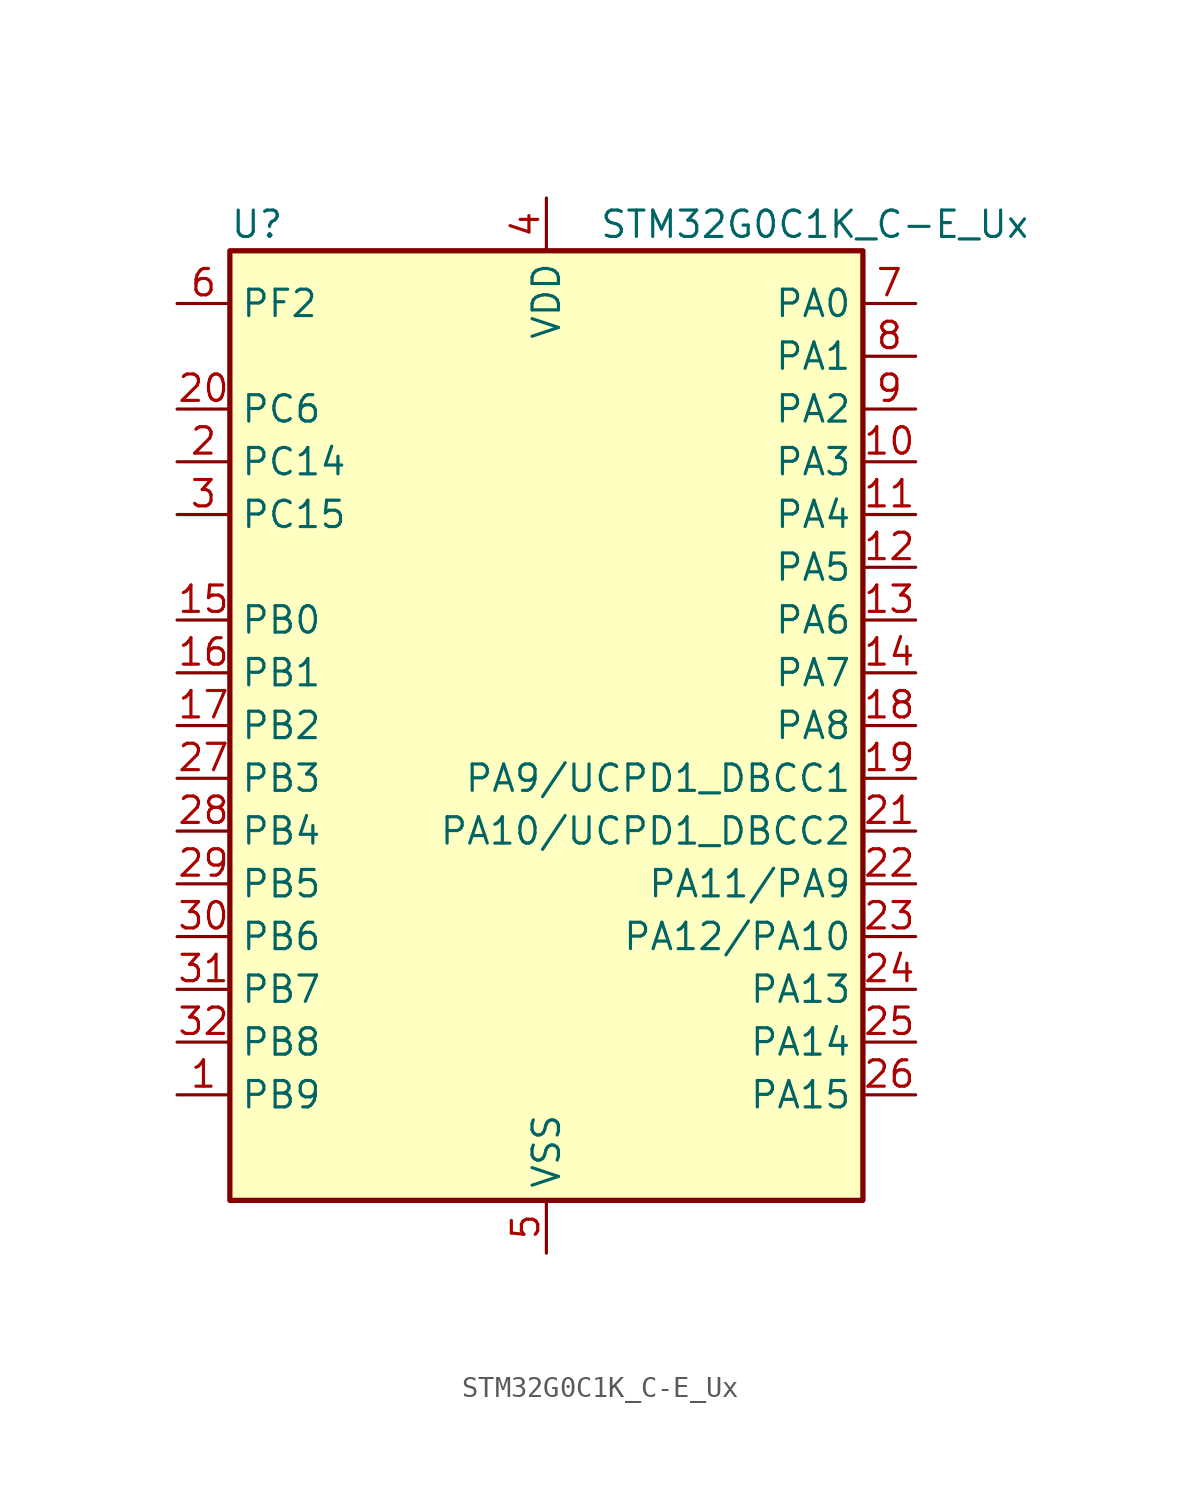
<source format=kicad_sym>
(kicad_symbol_lib
  (version 20220914)
  (generator kicad_symbol_editor)
  (symbol "STM32G0C1K_C-E_Ux"
    (property "Reference" "U"
      (at -15.24 24.13 0)
      (effects (font (size 1.27 1.27)) (justify left)))
    (property "Value" "STM32G0C1K_C-E_Ux"
      (at 2.54 24.13 0)
      (effects (font (size 1.27 1.27)) (justify left)))
    (property "ki_locked" ""
      (at 0 0 0)
      (effects (font (size 1.27 1.27))))
    (symbol "STM32G0C1K_C-E_Ux_0_1"
      (rectangle (start -15.24 -22.86) (end 15.24 22.86) (stroke (width 0.254) (type default)) (fill (type background))))
    (symbol "STM32G0C1K_C-E_Ux_1_1"
      (pin bidirectional line (at -17.78 -17.78 0) (length 2.54) (name "PB9" (effects (font (size 1.27 1.27)))) (number "1" (effects (font (size 1.27 1.27)))) (alternate "DAC1_EXTI9" bidirectional line) (alternate "FDCAN1_TX" bidirectional line) (alternate "I2C1_SDA" bidirectional line) (alternate "I2S2_WS" bidirectional line) (alternate "IR_OUT" bidirectional line) (alternate "SPI2_NSS" bidirectional line) (alternate "TIM17_CH1" bidirectional line) (alternate "TIM4_CH4" bidirectional line) (alternate "USART3_RX" bidirectional line) (alternate "USART6_RX" bidirectional line))
      (pin bidirectional line (at 17.78 12.7 180) (length 2.54) (name "PA3" (effects (font (size 1.27 1.27)))) (number "10" (effects (font (size 1.27 1.27)))) (alternate "ADC1_IN3" bidirectional line) (alternate "COMP2_INP" bidirectional line) (alternate "I2S2_MCK" bidirectional line) (alternate "LPUART1_RX" bidirectional line) (alternate "SPI2_MISO" bidirectional line) (alternate "TIM15_CH2" bidirectional line) (alternate "TIM2_CH4" bidirectional line) (alternate "USART2_RX" bidirectional line))
      (pin bidirectional line (at 17.78 10.16 180) (length 2.54) (name "PA4" (effects (font (size 1.27 1.27)))) (number "11" (effects (font (size 1.27 1.27)))) (alternate "ADC1_IN4" bidirectional line) (alternate "DAC1_OUT1" bidirectional line) (alternate "I2S1_WS" bidirectional line) (alternate "I2S2_SD" bidirectional line) (alternate "LPTIM2_OUT" bidirectional line) (alternate "RTC_OUT1" bidirectional line) (alternate "RTC_TAMP_IN1" bidirectional line) (alternate "RTC_TS" bidirectional line) (alternate "SPI1_NSS" bidirectional line) (alternate "SPI2_MOSI" bidirectional line) (alternate "SPI3_NSS" bidirectional line) (alternate "SYS_WKUP2" bidirectional line) (alternate "TIM14_CH1" bidirectional line) (alternate "USART6_TX" bidirectional line) (alternate "USB_NOE" bidirectional line))
      (pin bidirectional line (at 17.78 7.62 180) (length 2.54) (name "PA5" (effects (font (size 1.27 1.27)))) (number "12" (effects (font (size 1.27 1.27)))) (alternate "ADC1_IN5" bidirectional line) (alternate "CEC" bidirectional line) (alternate "DAC1_OUT2" bidirectional line) (alternate "I2S1_CK" bidirectional line) (alternate "LPTIM2_ETR" bidirectional line) (alternate "SPI1_SCK" bidirectional line) (alternate "TIM2_CH1" bidirectional line) (alternate "TIM2_ETR" bidirectional line) (alternate "UCPD1_FRSTX1" bidirectional line) (alternate "UCPD1_FRSTX2" bidirectional line) (alternate "USART3_TX" bidirectional line) (alternate "USART6_RX" bidirectional line))
      (pin bidirectional line (at 17.78 5.08 180) (length 2.54) (name "PA6" (effects (font (size 1.27 1.27)))) (number "13" (effects (font (size 1.27 1.27)))) (alternate "ADC1_IN6" bidirectional line) (alternate "COMP1_OUT" bidirectional line) (alternate "I2C2_SDA" bidirectional line) (alternate "I2C3_SDA" bidirectional line) (alternate "I2S1_MCK" bidirectional line) (alternate "LPUART1_CTS" bidirectional line) (alternate "SPI1_MISO" bidirectional line) (alternate "TIM16_CH1" bidirectional line) (alternate "TIM1_BK" bidirectional line) (alternate "TIM3_CH1" bidirectional line) (alternate "USART3_CTS" bidirectional line) (alternate "USART3_NSS" bidirectional line) (alternate "USART6_CTS" bidirectional line) (alternate "USART6_NSS" bidirectional line))
      (pin bidirectional line (at 17.78 2.54 180) (length 2.54) (name "PA7" (effects (font (size 1.27 1.27)))) (number "14" (effects (font (size 1.27 1.27)))) (alternate "ADC1_IN7" bidirectional line) (alternate "COMP2_OUT" bidirectional line) (alternate "I2C2_SCL" bidirectional line) (alternate "I2C3_SCL" bidirectional line) (alternate "I2S1_SD" bidirectional line) (alternate "SPI1_MOSI" bidirectional line) (alternate "TIM14_CH1" bidirectional line) (alternate "TIM17_CH1" bidirectional line) (alternate "TIM1_CH1N" bidirectional line) (alternate "TIM3_CH2" bidirectional line) (alternate "UCPD1_FRSTX1" bidirectional line) (alternate "UCPD1_FRSTX2" bidirectional line) (alternate "USART6_CK" bidirectional line) (alternate "USART6_DE" bidirectional line) (alternate "USART6_RTS" bidirectional line))
      (pin bidirectional line (at -17.78 5.08 0) (length 2.54) (name "PB0" (effects (font (size 1.27 1.27)))) (number "15" (effects (font (size 1.27 1.27)))) (alternate "ADC1_IN8" bidirectional line) (alternate "COMP1_OUT" bidirectional line) (alternate "COMP3_INP" bidirectional line) (alternate "FDCAN2_RX" bidirectional line) (alternate "I2S1_WS" bidirectional line) (alternate "LPTIM1_OUT" bidirectional line) (alternate "LPUART2_CTS" bidirectional line) (alternate "SPI1_NSS" bidirectional line) (alternate "TIM1_CH2N" bidirectional line) (alternate "TIM3_CH3" bidirectional line) (alternate "UCPD1_FRSTX1" bidirectional line) (alternate "UCPD1_FRSTX2" bidirectional line) (alternate "USART3_RX" bidirectional line) (alternate "USART5_TX" bidirectional line))
      (pin bidirectional line (at -17.78 2.54 0) (length 2.54) (name "PB1" (effects (font (size 1.27 1.27)))) (number "16" (effects (font (size 1.27 1.27)))) (alternate "ADC1_IN9" bidirectional line) (alternate "COMP1_INM" bidirectional line) (alternate "COMP3_OUT" bidirectional line) (alternate "FDCAN2_TX" bidirectional line) (alternate "LPTIM2_IN1" bidirectional line) (alternate "LPUART1_DE" bidirectional line) (alternate "LPUART1_RTS" bidirectional line) (alternate "LPUART2_DE" bidirectional line) (alternate "LPUART2_RTS" bidirectional line) (alternate "TIM14_CH1" bidirectional line) (alternate "TIM1_CH3N" bidirectional line) (alternate "TIM3_CH4" bidirectional line) (alternate "USART3_CK" bidirectional line) (alternate "USART3_DE" bidirectional line) (alternate "USART3_RTS" bidirectional line) (alternate "USART5_RX" bidirectional line))
      (pin bidirectional line (at -17.78 0 0) (length 2.54) (name "PB2" (effects (font (size 1.27 1.27)))) (number "17" (effects (font (size 1.27 1.27)))) (alternate "ADC1_IN10" bidirectional line) (alternate "COMP1_INP" bidirectional line) (alternate "COMP3_INM" bidirectional line) (alternate "I2S2_MCK" bidirectional line) (alternate "LPTIM1_OUT" bidirectional line) (alternate "RCC_MCO_2" bidirectional line) (alternate "SPI2_MISO" bidirectional line) (alternate "USART3_TX" bidirectional line))
      (pin bidirectional line (at 17.78 0 180) (length 2.54) (name "PA8" (effects (font (size 1.27 1.27)))) (number "18" (effects (font (size 1.27 1.27)))) (alternate "CRS1_SYNC" bidirectional line) (alternate "I2C2_SMBA" bidirectional line) (alternate "I2S2_WS" bidirectional line) (alternate "LPTIM2_OUT" bidirectional line) (alternate "RCC_MCO" bidirectional line) (alternate "SPI2_NSS" bidirectional line) (alternate "TIM1_CH1" bidirectional line) (alternate "UCPD1_CC1" bidirectional line))
      (pin bidirectional line (at 17.78 -2.54 180) (length 2.54) (name "PA9/UCPD1_DBCC1" (effects (font (size 1.27 1.27)))) (number "19" (effects (font (size 1.27 1.27)))) (alternate "DAC1_EXTI9" bidirectional line) (alternate "I2C1_SCL" bidirectional line) (alternate "I2C2_SCL" bidirectional line) (alternate "I2S2_MCK" bidirectional line) (alternate "RCC_MCO" bidirectional line) (alternate "SPI2_MISO" bidirectional line) (alternate "TIM15_BK" bidirectional line) (alternate "TIM1_CH2" bidirectional line) (alternate "UCPD1_DBCC1" bidirectional line) (alternate "USART1_TX" bidirectional line))
      (pin bidirectional line (at -17.78 12.7 0) (length 2.54) (name "PC14" (effects (font (size 1.27 1.27)))) (number "2" (effects (font (size 1.27 1.27)))) (alternate "RCC_OSC32_IN" bidirectional line) (alternate "RCC_OSC_IN" bidirectional line) (alternate "TIM1_BK2" bidirectional line))
      (pin bidirectional line (at -17.78 15.24 0) (length 2.54) (name "PC6" (effects (font (size 1.27 1.27)))) (number "20" (effects (font (size 1.27 1.27)))) (alternate "LPUART2_TX" bidirectional line) (alternate "TIM2_CH3" bidirectional line) (alternate "TIM3_CH1" bidirectional line) (alternate "UCPD1_FRSTX1" bidirectional line) (alternate "UCPD1_FRSTX2" bidirectional line))
      (pin bidirectional line (at 17.78 -5.08 180) (length 2.54) (name "PA10/UCPD1_DBCC2" (effects (font (size 1.27 1.27)))) (number "21" (effects (font (size 1.27 1.27)))) (alternate "I2C1_SDA" bidirectional line) (alternate "I2C2_SDA" bidirectional line) (alternate "I2S2_SD" bidirectional line) (alternate "RCC_MCO_2" bidirectional line) (alternate "SPI2_MOSI" bidirectional line) (alternate "TIM17_BK" bidirectional line) (alternate "TIM1_CH3" bidirectional line) (alternate "UCPD1_DBCC2" bidirectional line) (alternate "USART1_RX" bidirectional line))
      (pin bidirectional line (at 17.78 -7.62 180) (length 2.54) (name "PA11/PA9" (effects (font (size 1.27 1.27)))) (number "22" (effects (font (size 1.27 1.27)))) (alternate "ADC1_EXTI11" bidirectional line) (alternate "COMP1_OUT" bidirectional line) (alternate "FDCAN1_RX" bidirectional line) (alternate "I2C2_SCL" bidirectional line) (alternate "I2S1_MCK" bidirectional line) (alternate "SPI1_MISO" bidirectional line) (alternate "TIM1_BK2" bidirectional line) (alternate "TIM1_CH4" bidirectional line) (alternate "USART1_CTS" bidirectional line) (alternate "USART1_NSS" bidirectional line) (alternate "USB_DM" bidirectional line))
      (pin bidirectional line (at 17.78 -10.16 180) (length 2.54) (name "PA12/PA10" (effects (font (size 1.27 1.27)))) (number "23" (effects (font (size 1.27 1.27)))) (alternate "COMP2_OUT" bidirectional line) (alternate "FDCAN1_TX" bidirectional line) (alternate "I2C2_SDA" bidirectional line) (alternate "I2S1_SD" bidirectional line) (alternate "I2S_CKIN" bidirectional line) (alternate "SPI1_MOSI" bidirectional line) (alternate "TIM1_ETR" bidirectional line) (alternate "USART1_CK" bidirectional line) (alternate "USART1_DE" bidirectional line) (alternate "USART1_RTS" bidirectional line) (alternate "USB_DP" bidirectional line))
      (pin bidirectional line (at 17.78 -12.7 180) (length 2.54) (name "PA13" (effects (font (size 1.27 1.27)))) (number "24" (effects (font (size 1.27 1.27)))) (alternate "IR_OUT" bidirectional line) (alternate "LPUART2_RX" bidirectional line) (alternate "SYS_SWDIO" bidirectional line) (alternate "USB_NOE" bidirectional line))
      (pin bidirectional line (at 17.78 -15.24 180) (length 2.54) (name "PA14" (effects (font (size 1.27 1.27)))) (number "25" (effects (font (size 1.27 1.27)))) (alternate "LPUART2_TX" bidirectional line) (alternate "SYS_SWCLK" bidirectional line) (alternate "USART2_TX" bidirectional line))
      (pin bidirectional line (at 17.78 -17.78 180) (length 2.54) (name "PA15" (effects (font (size 1.27 1.27)))) (number "26" (effects (font (size 1.27 1.27)))) (alternate "I2C2_SMBA" bidirectional line) (alternate "I2S1_WS" bidirectional line) (alternate "RCC_MCO_2" bidirectional line) (alternate "SPI1_NSS" bidirectional line) (alternate "SPI3_NSS" bidirectional line) (alternate "TIM2_CH1" bidirectional line) (alternate "TIM2_ETR" bidirectional line) (alternate "USART2_RX" bidirectional line) (alternate "USART3_CK" bidirectional line) (alternate "USART3_DE" bidirectional line) (alternate "USART3_RTS" bidirectional line) (alternate "USART4_CK" bidirectional line) (alternate "USART4_DE" bidirectional line) (alternate "USART4_RTS" bidirectional line) (alternate "USB_NOE" bidirectional line))
      (pin bidirectional line (at -17.78 -2.54 0) (length 2.54) (name "PB3" (effects (font (size 1.27 1.27)))) (number "27" (effects (font (size 1.27 1.27)))) (alternate "COMP2_INM" bidirectional line) (alternate "I2C2_SCL" bidirectional line) (alternate "I2C3_SCL" bidirectional line) (alternate "I2S1_CK" bidirectional line) (alternate "SPI1_SCK" bidirectional line) (alternate "SPI3_SCK" bidirectional line) (alternate "TIM1_CH2" bidirectional line) (alternate "TIM2_CH2" bidirectional line) (alternate "USART1_CK" bidirectional line) (alternate "USART1_DE" bidirectional line) (alternate "USART1_RTS" bidirectional line) (alternate "USART5_TX" bidirectional line))
      (pin bidirectional line (at -17.78 -5.08 0) (length 2.54) (name "PB4" (effects (font (size 1.27 1.27)))) (number "28" (effects (font (size 1.27 1.27)))) (alternate "COMP2_INP" bidirectional line) (alternate "I2C2_SDA" bidirectional line) (alternate "I2C3_SDA" bidirectional line) (alternate "I2S1_MCK" bidirectional line) (alternate "SPI1_MISO" bidirectional line) (alternate "SPI3_MISO" bidirectional line) (alternate "TIM17_BK" bidirectional line) (alternate "TIM3_CH1" bidirectional line) (alternate "USART1_CTS" bidirectional line) (alternate "USART1_NSS" bidirectional line) (alternate "USART5_RX" bidirectional line))
      (pin bidirectional line (at -17.78 -7.62 0) (length 2.54) (name "PB5" (effects (font (size 1.27 1.27)))) (number "29" (effects (font (size 1.27 1.27)))) (alternate "COMP2_OUT" bidirectional line) (alternate "FDCAN2_RX" bidirectional line) (alternate "I2C1_SMBA" bidirectional line) (alternate "I2S1_SD" bidirectional line) (alternate "LPTIM1_IN1" bidirectional line) (alternate "SPI1_MOSI" bidirectional line) (alternate "SPI3_MOSI" bidirectional line) (alternate "SYS_WKUP6" bidirectional line) (alternate "TIM16_BK" bidirectional line) (alternate "TIM3_CH2" bidirectional line) (alternate "USART5_CK" bidirectional line) (alternate "USART5_DE" bidirectional line) (alternate "USART5_RTS" bidirectional line))
      (pin bidirectional line (at -17.78 10.16 0) (length 2.54) (name "PC15" (effects (font (size 1.27 1.27)))) (number "3" (effects (font (size 1.27 1.27)))) (alternate "RCC_OSC32_EN" bidirectional line) (alternate "RCC_OSC32_OUT" bidirectional line) (alternate "RCC_OSC_EN" bidirectional line) (alternate "TIM15_BK" bidirectional line))
      (pin bidirectional line (at -17.78 -10.16 0) (length 2.54) (name "PB6" (effects (font (size 1.27 1.27)))) (number "30" (effects (font (size 1.27 1.27)))) (alternate "COMP2_INP" bidirectional line) (alternate "FDCAN2_TX" bidirectional line) (alternate "I2C1_SCL" bidirectional line) (alternate "I2S2_MCK" bidirectional line) (alternate "LPTIM1_ETR" bidirectional line) (alternate "LPUART2_TX" bidirectional line) (alternate "SPI2_MISO" bidirectional line) (alternate "TIM16_CH1N" bidirectional line) (alternate "TIM1_CH3" bidirectional line) (alternate "TIM4_CH1" bidirectional line) (alternate "USART1_TX" bidirectional line) (alternate "USART5_CTS" bidirectional line) (alternate "USART5_NSS" bidirectional line))
      (pin bidirectional line (at -17.78 -12.7 0) (length 2.54) (name "PB7" (effects (font (size 1.27 1.27)))) (number "31" (effects (font (size 1.27 1.27)))) (alternate "COMP2_INM" bidirectional line) (alternate "I2C1_SDA" bidirectional line) (alternate "I2S2_SD" bidirectional line) (alternate "LPTIM1_IN2" bidirectional line) (alternate "LPUART2_RX" bidirectional line) (alternate "SPI2_MOSI" bidirectional line) (alternate "SYS_PVD_IN" bidirectional line) (alternate "TIM17_CH1N" bidirectional line) (alternate "TIM4_CH2" bidirectional line) (alternate "USART1_RX" bidirectional line) (alternate "USART4_CTS" bidirectional line) (alternate "USART4_NSS" bidirectional line))
      (pin bidirectional line (at -17.78 -15.24 0) (length 2.54) (name "PB8" (effects (font (size 1.27 1.27)))) (number "32" (effects (font (size 1.27 1.27)))) (alternate "CEC" bidirectional line) (alternate "FDCAN1_RX" bidirectional line) (alternate "I2C1_SCL" bidirectional line) (alternate "I2S2_CK" bidirectional line) (alternate "SPI2_SCK" bidirectional line) (alternate "TIM15_BK" bidirectional line) (alternate "TIM16_CH1" bidirectional line) (alternate "TIM4_CH3" bidirectional line) (alternate "USART3_TX" bidirectional line) (alternate "USART6_TX" bidirectional line))
      (pin passive line (at 0 -25.4 90) (length 2.54) hide (name "VSS" (effects (font (size 1.27 1.27)))) (number "33" (effects (font (size 1.27 1.27)))))
      (pin power_in line (at 0 25.4 270) (length 2.54) (name "VDD" (effects (font (size 1.27 1.27)))) (number "4" (effects (font (size 1.27 1.27)))))
      (pin power_in line (at 0 -25.4 90) (length 2.54) (name "VSS" (effects (font (size 1.27 1.27)))) (number "5" (effects (font (size 1.27 1.27)))))
      (pin bidirectional line (at -17.78 20.32 0) (length 2.54) (name "PF2" (effects (font (size 1.27 1.27)))) (number "6" (effects (font (size 1.27 1.27)))) (alternate "LPUART2_DE" bidirectional line) (alternate "LPUART2_RTS" bidirectional line) (alternate "LPUART2_TX" bidirectional line) (alternate "RCC_MCO" bidirectional line))
      (pin bidirectional line (at 17.78 20.32 180) (length 2.54) (name "PA0" (effects (font (size 1.27 1.27)))) (number "7" (effects (font (size 1.27 1.27)))) (alternate "ADC1_IN0" bidirectional line) (alternate "COMP1_INM" bidirectional line) (alternate "COMP1_OUT" bidirectional line) (alternate "I2S2_CK" bidirectional line) (alternate "LPTIM1_OUT" bidirectional line) (alternate "RTC_TAMP_IN2" bidirectional line) (alternate "SPI2_SCK" bidirectional line) (alternate "SYS_WKUP1" bidirectional line) (alternate "TIM2_CH1" bidirectional line) (alternate "TIM2_ETR" bidirectional line) (alternate "USART2_CTS" bidirectional line) (alternate "USART2_NSS" bidirectional line) (alternate "USART4_TX" bidirectional line))
      (pin bidirectional line (at 17.78 17.78 180) (length 2.54) (name "PA1" (effects (font (size 1.27 1.27)))) (number "8" (effects (font (size 1.27 1.27)))) (alternate "ADC1_IN1" bidirectional line) (alternate "COMP1_INP" bidirectional line) (alternate "I2C1_SMBA" bidirectional line) (alternate "I2S1_CK" bidirectional line) (alternate "SPI1_SCK" bidirectional line) (alternate "TIM15_CH1N" bidirectional line) (alternate "TIM2_CH2" bidirectional line) (alternate "USART2_CK" bidirectional line) (alternate "USART2_DE" bidirectional line) (alternate "USART2_RTS" bidirectional line) (alternate "USART4_RX" bidirectional line))
      (pin bidirectional line (at 17.78 15.24 180) (length 2.54) (name "PA2" (effects (font (size 1.27 1.27)))) (number "9" (effects (font (size 1.27 1.27)))) (alternate "ADC1_IN2" bidirectional line) (alternate "COMP2_INM" bidirectional line) (alternate "COMP2_OUT" bidirectional line) (alternate "I2S1_SD" bidirectional line) (alternate "LPUART1_TX" bidirectional line) (alternate "RCC_LSCO" bidirectional line) (alternate "SPI1_MOSI" bidirectional line) (alternate "SYS_WKUP4" bidirectional line) (alternate "TIM15_CH1" bidirectional line) (alternate "TIM2_CH3" bidirectional line) (alternate "UCPD1_FRSTX1" bidirectional line) (alternate "UCPD1_FRSTX2" bidirectional line) (alternate "USART2_TX" bidirectional line)))))
</source>
